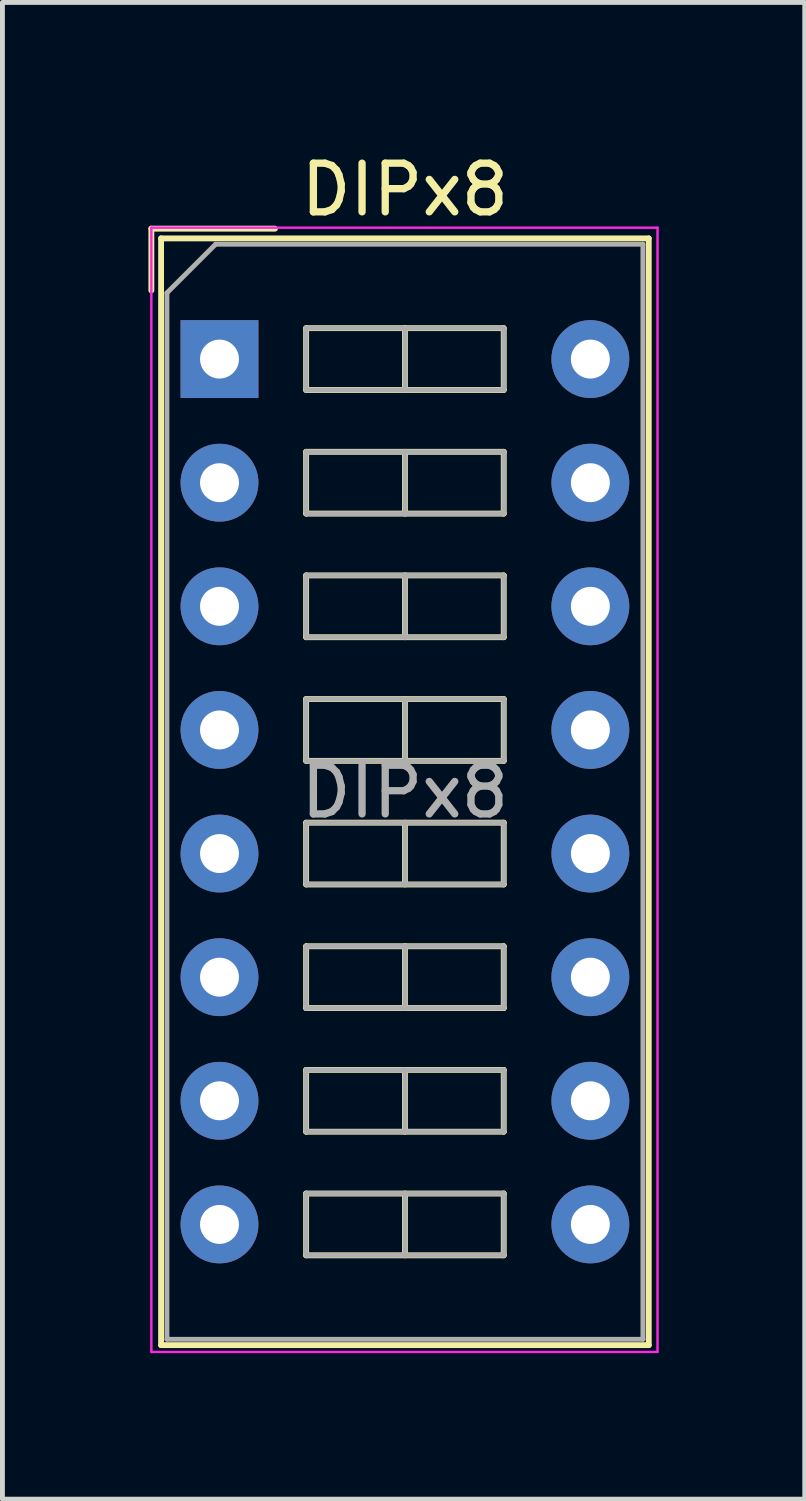
<source format=kicad_pcb>
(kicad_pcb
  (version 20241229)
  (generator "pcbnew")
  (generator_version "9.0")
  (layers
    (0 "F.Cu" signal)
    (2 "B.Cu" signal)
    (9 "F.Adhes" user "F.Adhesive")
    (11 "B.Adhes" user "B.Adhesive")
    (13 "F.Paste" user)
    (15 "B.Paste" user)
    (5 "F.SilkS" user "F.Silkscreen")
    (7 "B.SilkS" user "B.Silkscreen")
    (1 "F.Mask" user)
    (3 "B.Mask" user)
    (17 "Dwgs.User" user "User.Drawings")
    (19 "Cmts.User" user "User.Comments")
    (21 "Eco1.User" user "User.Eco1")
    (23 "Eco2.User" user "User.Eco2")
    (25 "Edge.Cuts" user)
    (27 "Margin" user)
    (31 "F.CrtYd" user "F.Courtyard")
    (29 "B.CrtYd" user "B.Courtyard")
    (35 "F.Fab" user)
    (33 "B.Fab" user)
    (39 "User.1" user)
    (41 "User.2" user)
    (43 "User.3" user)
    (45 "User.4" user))
  (footprint "DIPx8"
    (layer "F.Cu")
    (at 1.46 4.328)
    (property "Reference" "DIPx8" (at 3.81 -3.48 0) (layer "F.SilkS") (effects (font (size 1 1) (thickness 0.15))))
    (attr through_hole)
    (fp_line (start -1.4 -2.68) (end -1.4 -1.41) (stroke (width 0.12) (type solid)) (layer "F.SilkS"))
    (fp_line (start -1.4 -2.68) (end 1.14 -2.68) (stroke (width 0.12) (type solid)) (layer "F.SilkS"))
    (fp_line (start -1.2 -2.48) (end 8.82 -2.48) (stroke (width 0.12) (type solid)) (layer "F.SilkS"))
    (fp_line (start -1.2 20.26) (end -1.2 -2.48) (stroke (width 0.12) (type solid)) (layer "F.SilkS"))
    (fp_line (start 1.78 -0.635) (end 1.78 0.635) (stroke (width 0.12) (type solid)) (layer "F.SilkS"))
    (fp_line (start 1.78 0.635) (end 5.84 0.635) (stroke (width 0.12) (type solid)) (layer "F.SilkS"))
    (fp_line (start 1.78 1.905) (end 1.78 3.175) (stroke (width 0.12) (type solid)) (layer "F.SilkS"))
    (fp_line (start 1.78 3.175) (end 5.84 3.175) (stroke (width 0.12) (type solid)) (layer "F.SilkS"))
    (fp_line (start 1.78 4.445) (end 1.78 5.715) (stroke (width 0.12) (type solid)) (layer "F.SilkS"))
    (fp_line (start 1.78 5.715) (end 5.84 5.715) (stroke (width 0.12) (type solid)) (layer "F.SilkS"))
    (fp_line (start 1.78 6.985) (end 1.78 8.255) (stroke (width 0.12) (type solid)) (layer "F.SilkS"))
    (fp_line (start 1.78 8.255) (end 5.84 8.255) (stroke (width 0.12) (type solid)) (layer "F.SilkS"))
    (fp_line (start 1.78 9.525) (end 1.78 10.795) (stroke (width 0.12) (type solid)) (layer "F.SilkS"))
    (fp_line (start 1.78 10.795) (end 5.84 10.795) (stroke (width 0.12) (type solid)) (layer "F.SilkS"))
    (fp_line (start 1.78 12.065) (end 1.78 13.335) (stroke (width 0.12) (type solid)) (layer "F.SilkS"))
    (fp_line (start 1.78 13.335) (end 5.84 13.335) (stroke (width 0.12) (type solid)) (layer "F.SilkS"))
    (fp_line (start 1.78 14.605) (end 1.78 15.875) (stroke (width 0.12) (type solid)) (layer "F.SilkS"))
    (fp_line (start 1.78 15.875) (end 5.84 15.875) (stroke (width 0.12) (type solid)) (layer "F.SilkS"))
    (fp_line (start 1.78 17.145) (end 1.78 18.415) (stroke (width 0.12) (type solid)) (layer "F.SilkS"))
    (fp_line (start 1.78 18.415) (end 5.84 18.415) (stroke (width 0.12) (type solid)) (layer "F.SilkS"))
    (fp_line (start 3.81 -0.635) (end 3.81 0.635) (stroke (width 0.12) (type solid)) (layer "F.SilkS"))
    (fp_line (start 3.81 1.905) (end 3.81 3.175) (stroke (width 0.12) (type solid)) (layer "F.SilkS"))
    (fp_line (start 3.81 4.445) (end 3.81 5.715) (stroke (width 0.12) (type solid)) (layer "F.SilkS"))
    (fp_line (start 3.81 6.985) (end 3.81 8.255) (stroke (width 0.12) (type solid)) (layer "F.SilkS"))
    (fp_line (start 3.81 9.525) (end 3.81 10.795) (stroke (width 0.12) (type solid)) (layer "F.SilkS"))
    (fp_line (start 3.81 12.065) (end 3.81 13.335) (stroke (width 0.12) (type solid)) (layer "F.SilkS"))
    (fp_line (start 3.81 14.605) (end 3.81 15.875) (stroke (width 0.12) (type solid)) (layer "F.SilkS"))
    (fp_line (start 3.81 17.145) (end 3.81 18.415) (stroke (width 0.12) (type solid)) (layer "F.SilkS"))
    (fp_line (start 5.84 -0.635) (end 1.78 -0.635) (stroke (width 0.12) (type solid)) (layer "F.SilkS"))
    (fp_line (start 5.84 0.635) (end 5.84 -0.635) (stroke (width 0.12) (type solid)) (layer "F.SilkS"))
    (fp_line (start 5.84 1.905) (end 1.78 1.905) (stroke (width 0.12) (type solid)) (layer "F.SilkS"))
    (fp_line (start 5.84 3.175) (end 5.84 1.905) (stroke (width 0.12) (type solid)) (layer "F.SilkS"))
    (fp_line (start 5.84 4.445) (end 1.78 4.445) (stroke (width 0.12) (type solid)) (layer "F.SilkS"))
    (fp_line (start 5.84 5.715) (end 5.84 4.445) (stroke (width 0.12) (type solid)) (layer "F.SilkS"))
    (fp_line (start 5.84 6.985) (end 1.78 6.985) (stroke (width 0.12) (type solid)) (layer "F.SilkS"))
    (fp_line (start 5.84 8.255) (end 5.84 6.985) (stroke (width 0.12) (type solid)) (layer "F.SilkS"))
    (fp_line (start 5.84 9.525) (end 1.78 9.525) (stroke (width 0.12) (type solid)) (layer "F.SilkS"))
    (fp_line (start 5.84 10.795) (end 5.84 9.525) (stroke (width 0.12) (type solid)) (layer "F.SilkS"))
    (fp_line (start 5.84 12.065) (end 1.78 12.065) (stroke (width 0.12) (type solid)) (layer "F.SilkS"))
    (fp_line (start 5.84 13.335) (end 5.84 12.065) (stroke (width 0.12) (type solid)) (layer "F.SilkS"))
    (fp_line (start 5.84 14.605) (end 1.78 14.605) (stroke (width 0.12) (type solid)) (layer "F.SilkS"))
    (fp_line (start 5.84 15.875) (end 5.84 14.605) (stroke (width 0.12) (type solid)) (layer "F.SilkS"))
    (fp_line (start 5.84 17.145) (end 1.78 17.145) (stroke (width 0.12) (type solid)) (layer "F.SilkS"))
    (fp_line (start 5.84 18.415) (end 5.84 17.145) (stroke (width 0.12) (type solid)) (layer "F.SilkS"))
    (fp_line (start 8.82 -2.48) (end 8.82 20.26) (stroke (width 0.12) (type solid)) (layer "F.SilkS"))
    (fp_line (start 8.82 20.26) (end -1.2 20.26) (stroke (width 0.12) (type solid)) (layer "F.SilkS"))
    (fp_line (start -1.4 -2.7) (end -1.4 20.4) (stroke (width 0.05) (type solid)) (layer "F.CrtYd"))
    (fp_line (start -1.4 20.4) (end 9 20.4) (stroke (width 0.05) (type solid)) (layer "F.CrtYd"))
    (fp_line (start 9 -2.7) (end -1.4 -2.7) (stroke (width 0.05) (type solid)) (layer "F.CrtYd"))
    (fp_line (start 9 20.4) (end 9 -2.7) (stroke (width 0.05) (type solid)) (layer "F.CrtYd"))
    (fp_line (start -1.08 -1.36) (end -0.08 -2.36) (stroke (width 0.1) (type solid)) (layer "F.Fab"))
    (fp_line (start -1.08 20.14) (end -1.08 -1.36) (stroke (width 0.1) (type solid)) (layer "F.Fab"))
    (fp_line (start -0.08 -2.36) (end 8.7 -2.36) (stroke (width 0.1) (type solid)) (layer "F.Fab"))
    (fp_line (start 1.78 -0.635) (end 1.78 0.635) (stroke (width 0.1) (type solid)) (layer "F.Fab"))
    (fp_line (start 1.78 0.635) (end 5.84 0.635) (stroke (width 0.1) (type solid)) (layer "F.Fab"))
    (fp_line (start 1.78 1.905) (end 1.78 3.175) (stroke (width 0.1) (type solid)) (layer "F.Fab"))
    (fp_line (start 1.78 3.175) (end 5.84 3.175) (stroke (width 0.1) (type solid)) (layer "F.Fab"))
    (fp_line (start 1.78 4.445) (end 1.78 5.715) (stroke (width 0.1) (type solid)) (layer "F.Fab"))
    (fp_line (start 1.78 5.715) (end 5.84 5.715) (stroke (width 0.1) (type solid)) (layer "F.Fab"))
    (fp_line (start 1.78 6.985) (end 1.78 8.255) (stroke (width 0.1) (type solid)) (layer "F.Fab"))
    (fp_line (start 1.78 8.255) (end 5.84 8.255) (stroke (width 0.1) (type solid)) (layer "F.Fab"))
    (fp_line (start 1.78 9.525) (end 1.78 10.795) (stroke (width 0.1) (type solid)) (layer "F.Fab"))
    (fp_line (start 1.78 10.795) (end 5.84 10.795) (stroke (width 0.1) (type solid)) (layer "F.Fab"))
    (fp_line (start 1.78 12.065) (end 1.78 13.335) (stroke (width 0.1) (type solid)) (layer "F.Fab"))
    (fp_line (start 1.78 13.335) (end 5.84 13.335) (stroke (width 0.1) (type solid)) (layer "F.Fab"))
    (fp_line (start 1.78 14.605) (end 1.78 15.875) (stroke (width 0.1) (type solid)) (layer "F.Fab"))
    (fp_line (start 1.78 15.875) (end 5.84 15.875) (stroke (width 0.1) (type solid)) (layer "F.Fab"))
    (fp_line (start 1.78 17.145) (end 1.78 18.415) (stroke (width 0.1) (type solid)) (layer "F.Fab"))
    (fp_line (start 1.78 18.415) (end 5.84 18.415) (stroke (width 0.1) (type solid)) (layer "F.Fab"))
    (fp_line (start 3.81 -0.635) (end 3.81 0.635) (stroke (width 0.1) (type solid)) (layer "F.Fab"))
    (fp_line (start 3.81 1.905) (end 3.81 3.175) (stroke (width 0.1) (type solid)) (layer "F.Fab"))
    (fp_line (start 3.81 4.445) (end 3.81 5.715) (stroke (width 0.1) (type solid)) (layer "F.Fab"))
    (fp_line (start 3.81 6.985) (end 3.81 8.255) (stroke (width 0.1) (type solid)) (layer "F.Fab"))
    (fp_line (start 3.81 9.525) (end 3.81 10.795) (stroke (width 0.1) (type solid)) (layer "F.Fab"))
    (fp_line (start 3.81 12.065) (end 3.81 13.335) (stroke (width 0.1) (type solid)) (layer "F.Fab"))
    (fp_line (start 3.81 14.605) (end 3.81 15.875) (stroke (width 0.1) (type solid)) (layer "F.Fab"))
    (fp_line (start 3.81 17.145) (end 3.81 18.415) (stroke (width 0.1) (type solid)) (layer "F.Fab"))
    (fp_line (start 5.84 -0.635) (end 1.78 -0.635) (stroke (width 0.1) (type solid)) (layer "F.Fab"))
    (fp_line (start 5.84 0.635) (end 5.84 -0.635) (stroke (width 0.1) (type solid)) (layer "F.Fab"))
    (fp_line (start 5.84 1.905) (end 1.78 1.905) (stroke (width 0.1) (type solid)) (layer "F.Fab"))
    (fp_line (start 5.84 3.175) (end 5.84 1.905) (stroke (width 0.1) (type solid)) (layer "F.Fab"))
    (fp_line (start 5.84 4.445) (end 1.78 4.445) (stroke (width 0.1) (type solid)) (layer "F.Fab"))
    (fp_line (start 5.84 5.715) (end 5.84 4.445) (stroke (width 0.1) (type solid)) (layer "F.Fab"))
    (fp_line (start 5.84 6.985) (end 1.78 6.985) (stroke (width 0.1) (type solid)) (layer "F.Fab"))
    (fp_line (start 5.84 8.255) (end 5.84 6.985) (stroke (width 0.1) (type solid)) (layer "F.Fab"))
    (fp_line (start 5.84 9.525) (end 1.78 9.525) (stroke (width 0.1) (type solid)) (layer "F.Fab"))
    (fp_line (start 5.84 10.795) (end 5.84 9.525) (stroke (width 0.1) (type solid)) (layer "F.Fab"))
    (fp_line (start 5.84 12.065) (end 1.78 12.065) (stroke (width 0.1) (type solid)) (layer "F.Fab"))
    (fp_line (start 5.84 13.335) (end 5.84 12.065) (stroke (width 0.1) (type solid)) (layer "F.Fab"))
    (fp_line (start 5.84 14.605) (end 1.78 14.605) (stroke (width 0.1) (type solid)) (layer "F.Fab"))
    (fp_line (start 5.84 15.875) (end 5.84 14.605) (stroke (width 0.1) (type solid)) (layer "F.Fab"))
    (fp_line (start 5.84 17.145) (end 1.78 17.145) (stroke (width 0.1) (type solid)) (layer "F.Fab"))
    (fp_line (start 5.84 18.415) (end 5.84 17.145) (stroke (width 0.1) (type solid)) (layer "F.Fab"))
    (fp_line (start 8.7 -2.36) (end 8.7 20.14) (stroke (width 0.1) (type solid)) (layer "F.Fab"))
    (fp_line (start 8.7 20.14) (end -1.08 20.14) (stroke (width 0.1) (type solid)) (layer "F.Fab"))
    (fp_text user "${REFERENCE}" (at 3.81 8.89 0) (layer "F.Fab") (effects (font (size 1 1) (thickness 0.15))))
    (pad "1" thru_hole rect (at 0 0) (size 1.6 1.6) (drill 0.8) (layers "*.Cu" "*.Mask"))
    (pad "2" thru_hole oval (at 0 2.54) (size 1.6 1.6) (drill 0.8) (layers "*.Cu" "*.Mask"))
    (pad "3" thru_hole oval (at 0 5.08) (size 1.6 1.6) (drill 0.8) (layers "*.Cu" "*.Mask"))
    (pad "4" thru_hole oval (at 0 7.62) (size 1.6 1.6) (drill 0.8) (layers "*.Cu" "*.Mask"))
    (pad "5" thru_hole oval (at 0 10.16) (size 1.6 1.6) (drill 0.8) (layers "*.Cu" "*.Mask"))
    (pad "6" thru_hole oval (at 0 12.7) (size 1.6 1.6) (drill 0.8) (layers "*.Cu" "*.Mask"))
    (pad "7" thru_hole oval (at 0 15.24) (size 1.6 1.6) (drill 0.8) (layers "*.Cu" "*.Mask"))
    (pad "8" thru_hole oval (at 0 17.78) (size 1.6 1.6) (drill 0.8) (layers "*.Cu" "*.Mask"))
    (pad "9" thru_hole oval (at 7.62 17.78) (size 1.6 1.6) (drill 0.8) (layers "*.Cu" "*.Mask"))
    (pad "10" thru_hole oval (at 7.62 15.24) (size 1.6 1.6) (drill 0.8) (layers "*.Cu" "*.Mask"))
    (pad "11" thru_hole oval (at 7.62 12.7) (size 1.6 1.6) (drill 0.8) (layers "*.Cu" "*.Mask"))
    (pad "12" thru_hole oval (at 7.62 10.16) (size 1.6 1.6) (drill 0.8) (layers "*.Cu" "*.Mask"))
    (pad "13" thru_hole oval (at 7.62 7.62) (size 1.6 1.6) (drill 0.8) (layers "*.Cu" "*.Mask"))
    (pad "14" thru_hole oval (at 7.62 5.08) (size 1.6 1.6) (drill 0.8) (layers "*.Cu" "*.Mask"))
    (pad "15" thru_hole oval (at 7.62 2.54) (size 1.6 1.6) (drill 0.8) (layers "*.Cu" "*.Mask"))
    (pad "16" thru_hole oval (at 7.62 0) (size 1.6 1.6) (drill 0.8) (layers "*.Cu" "*.Mask")))
  (gr_rect
    (start -3 -3)
    (end 13.485 27.753)
    (stroke (width 0.1) (type default))
    (fill no)
    (layer "Edge.Cuts")))
</source>
